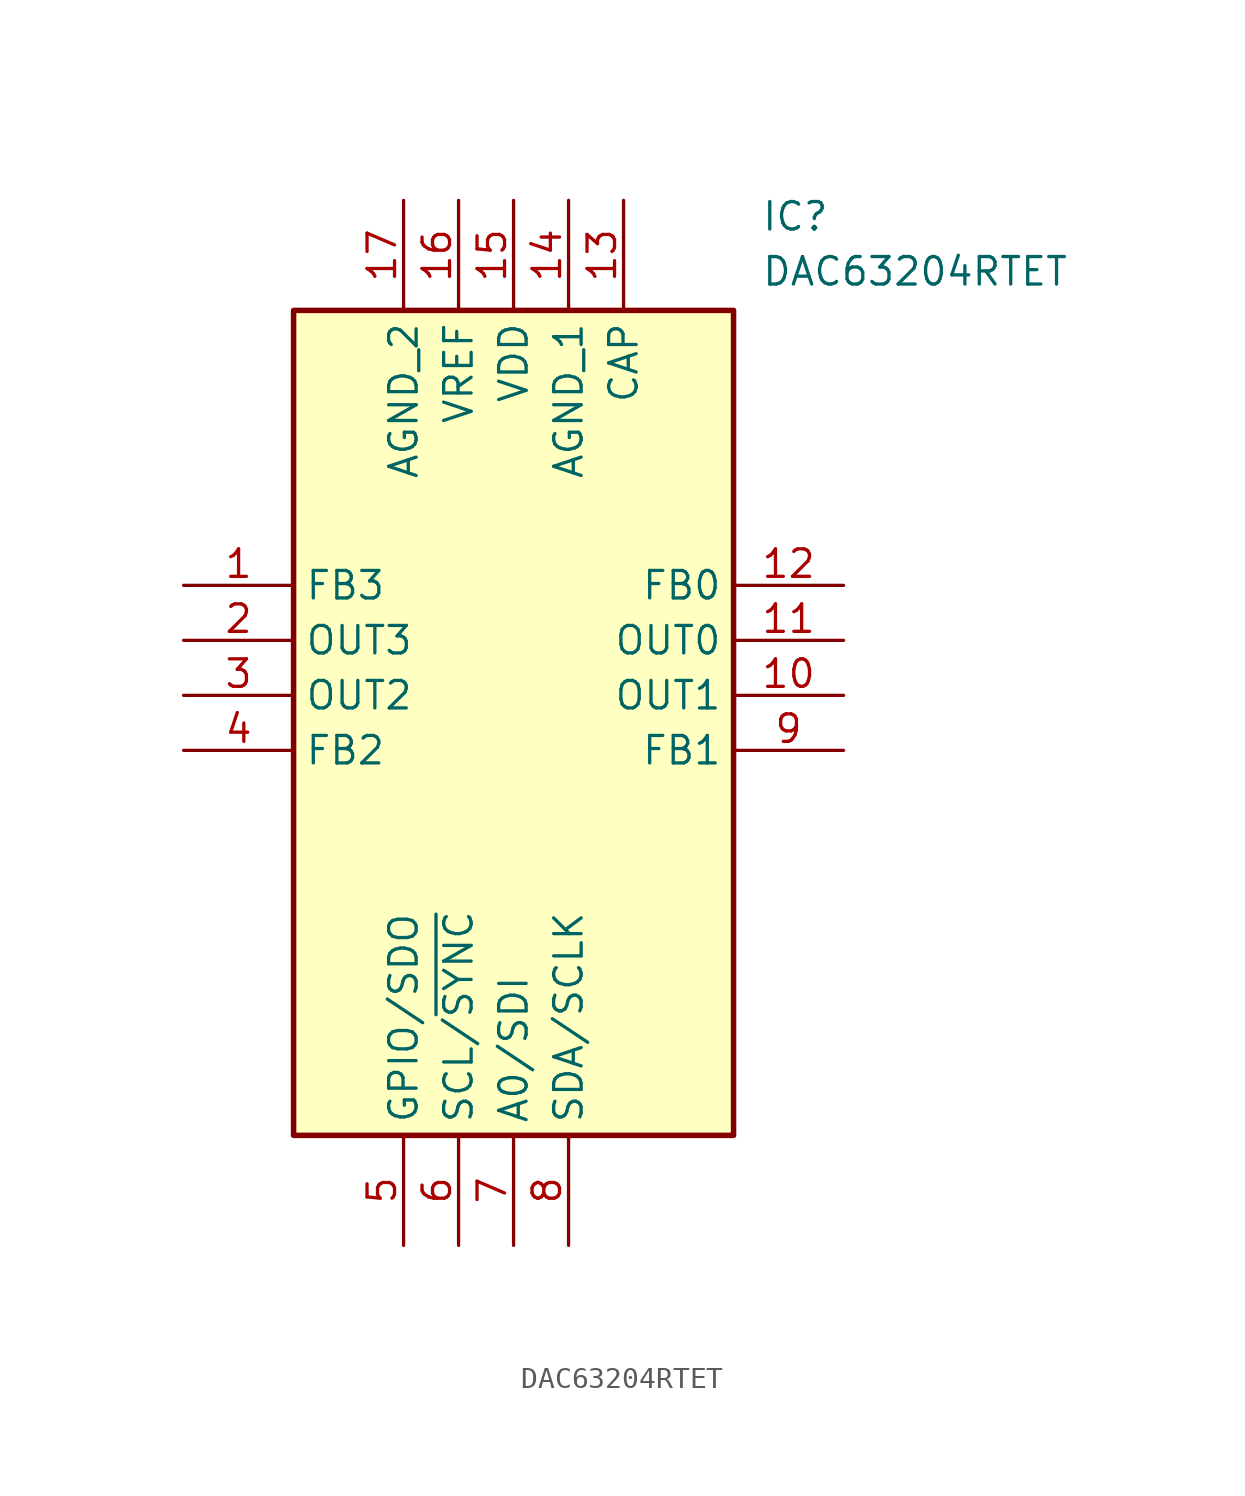
<source format=kicad_sym>
(kicad_symbol_lib
  (version 20211014)
  (generator SamacSys_ECAD_Model)
  (symbol "DAC63204RTET"
    (property "Reference" "IC"
      (at 26.67 17.78 0)
      (effects (font (size 1.27 1.27)) (justify left top)))
    (property "Value" "DAC63204RTET"
      (at 26.67 15.24 0)
      (effects (font (size 1.27 1.27)) (justify left top)))
    (rectangle
      (start 5.08 12.7)
      (end 25.4 -25.4)
      (stroke (width 0.254) (type default))
      (fill (type background)))
    (pin passive line
      (at 0 0 0)
      (length 5.08)
      (name "FB3" (effects (font (size 1.27 1.27))))
      (number "1" (effects (font (size 1.27 1.27)))))
    (pin passive line
      (at 0 -2.54 0)
      (length 5.08)
      (name "OUT3" (effects (font (size 1.27 1.27))))
      (number "2" (effects (font (size 1.27 1.27)))))
    (pin passive line
      (at 0 -5.08 0)
      (length 5.08)
      (name "OUT2" (effects (font (size 1.27 1.27))))
      (number "3" (effects (font (size 1.27 1.27)))))
    (pin passive line
      (at 0 -7.62 0)
      (length 5.08)
      (name "FB2" (effects (font (size 1.27 1.27))))
      (number "4" (effects (font (size 1.27 1.27)))))
    (pin passive line
      (at 10.16 -30.48 90)
      (length 5.08)
      (name "GPIO/SDO" (effects (font (size 1.27 1.27))))
      (number "5" (effects (font (size 1.27 1.27)))))
    (pin passive line
      (at 12.7 -30.48 90)
      (length 5.08)
      (name "SCL/~{SYNC}" (effects (font (size 1.27 1.27))))
      (number "6" (effects (font (size 1.27 1.27)))))
    (pin passive line
      (at 15.24 -30.48 90)
      (length 5.08)
      (name "A0/SDI" (effects (font (size 1.27 1.27))))
      (number "7" (effects (font (size 1.27 1.27)))))
    (pin passive line
      (at 17.78 -30.48 90)
      (length 5.08)
      (name "SDA/SCLK" (effects (font (size 1.27 1.27))))
      (number "8" (effects (font (size 1.27 1.27)))))
    (pin passive line
      (at 30.48 0 180)
      (length 5.08)
      (name "FB0" (effects (font (size 1.27 1.27))))
      (number "12" (effects (font (size 1.27 1.27)))))
    (pin passive line
      (at 30.48 -2.54 180)
      (length 5.08)
      (name "OUT0" (effects (font (size 1.27 1.27))))
      (number "11" (effects (font (size 1.27 1.27)))))
    (pin passive line
      (at 30.48 -5.08 180)
      (length 5.08)
      (name "OUT1" (effects (font (size 1.27 1.27))))
      (number "10" (effects (font (size 1.27 1.27)))))
    (pin passive line
      (at 30.48 -7.62 180)
      (length 5.08)
      (name "FB1" (effects (font (size 1.27 1.27))))
      (number "9" (effects (font (size 1.27 1.27)))))
    (pin passive line
      (at 10.16 17.78 270)
      (length 5.08)
      (name "AGND_2" (effects (font (size 1.27 1.27))))
      (number "17" (effects (font (size 1.27 1.27)))))
    (pin passive line
      (at 12.7 17.78 270)
      (length 5.08)
      (name "VREF" (effects (font (size 1.27 1.27))))
      (number "16" (effects (font (size 1.27 1.27)))))
    (pin passive line
      (at 15.24 17.78 270)
      (length 5.08)
      (name "VDD" (effects (font (size 1.27 1.27))))
      (number "15" (effects (font (size 1.27 1.27)))))
    (pin passive line
      (at 17.78 17.78 270)
      (length 5.08)
      (name "AGND_1" (effects (font (size 1.27 1.27))))
      (number "14" (effects (font (size 1.27 1.27)))))
    (pin passive line
      (at 20.32 17.78 270)
      (length 5.08)
      (name "CAP" (effects (font (size 1.27 1.27))))
      (number "13" (effects (font (size 1.27 1.27)))))))
</source>
